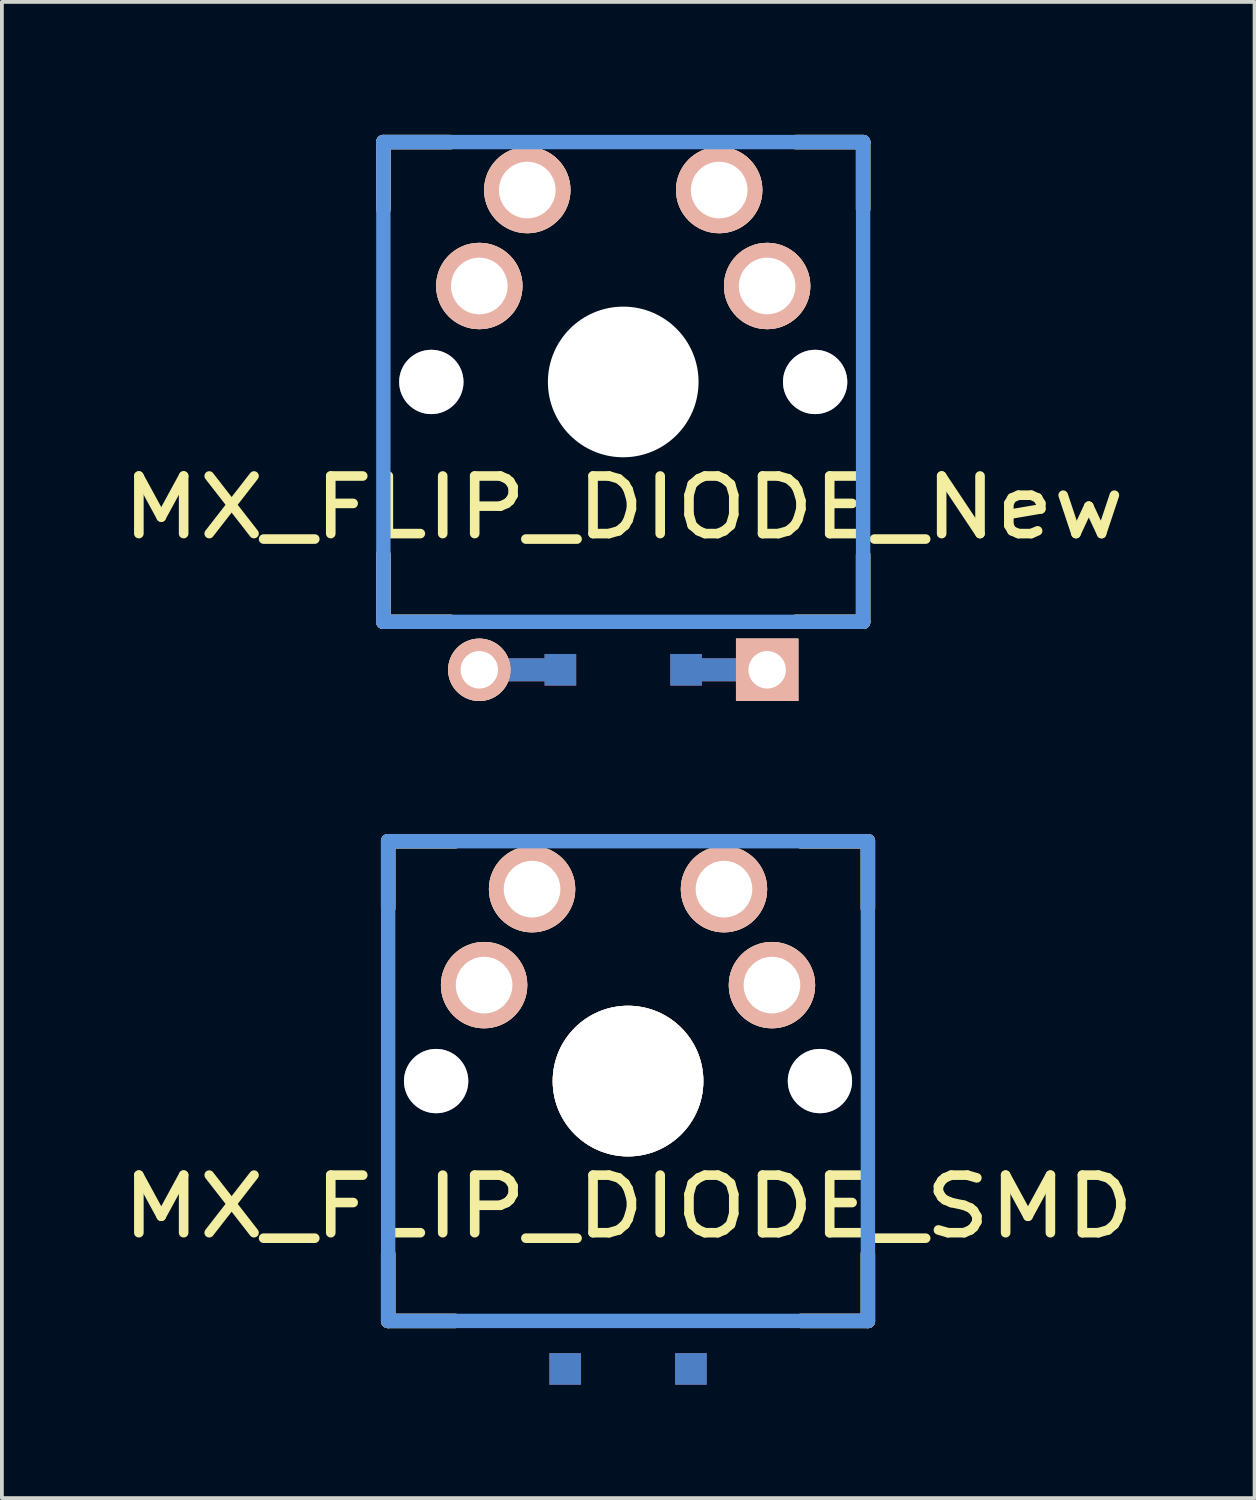
<source format=kicad_pcb>
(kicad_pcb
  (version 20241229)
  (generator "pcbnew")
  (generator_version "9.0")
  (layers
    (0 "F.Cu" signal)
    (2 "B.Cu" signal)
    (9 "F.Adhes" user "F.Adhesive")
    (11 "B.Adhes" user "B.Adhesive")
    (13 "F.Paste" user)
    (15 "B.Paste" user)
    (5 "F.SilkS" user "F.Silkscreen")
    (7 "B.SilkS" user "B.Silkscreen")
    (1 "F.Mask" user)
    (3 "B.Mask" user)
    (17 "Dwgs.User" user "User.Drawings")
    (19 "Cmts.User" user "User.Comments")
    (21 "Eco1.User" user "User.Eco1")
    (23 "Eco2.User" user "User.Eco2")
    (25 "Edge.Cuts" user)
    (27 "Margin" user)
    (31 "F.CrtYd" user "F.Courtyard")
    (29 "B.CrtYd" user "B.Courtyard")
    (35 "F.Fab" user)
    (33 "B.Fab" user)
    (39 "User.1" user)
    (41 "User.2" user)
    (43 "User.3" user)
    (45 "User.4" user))
  (footprint "MX_FLIP_DIODE_New"
    (layer "F.Cu")
    (at 13.448 7.061)
    (property "Reference" "MX_FLIP_DIODE_New" (at 0.005 3.322 0) (layer "F.SilkS") (effects (font (size 1.524 1.778) (thickness 0.254))))
    (attr through_hole)
    (fp_line (start -3.81 7.62) (end -1.664 7.62) (stroke (width 0.61) (type solid)) (layer "F.Cu"))
    (fp_line (start 1.664 7.62) (end 3.81 7.62) (stroke (width 0.61) (type solid)) (layer "F.Cu"))
    (fp_line (start -3.81 7.62) (end -1.664 7.62) (stroke (width 0.61) (type solid)) (layer "B.Cu"))
    (fp_line (start 1.664 7.62) (end 3.81 7.62) (stroke (width 0.61) (type solid)) (layer "B.Cu"))
    (fp_line (start -6.35 -6.35) (end -4.572 -6.35) (stroke (width 0.381) (type solid)) (layer "F.SilkS"))
    (fp_line (start -6.35 -4.572) (end -6.35 -6.35) (stroke (width 0.381) (type solid)) (layer "F.SilkS"))
    (fp_line (start -6.35 6.35) (end -6.35 4.572) (stroke (width 0.381) (type solid)) (layer "F.SilkS"))
    (fp_line (start -4.572 6.35) (end -6.35 6.35) (stroke (width 0.381) (type solid)) (layer "F.SilkS"))
    (fp_line (start 4.572 -6.35) (end 6.35 -6.35) (stroke (width 0.381) (type solid)) (layer "F.SilkS"))
    (fp_line (start 6.35 -6.35) (end 6.35 -4.572) (stroke (width 0.381) (type solid)) (layer "F.SilkS"))
    (fp_line (start 6.35 4.572) (end 6.35 6.35) (stroke (width 0.381) (type solid)) (layer "F.SilkS"))
    (fp_line (start 6.35 6.35) (end 4.572 6.35) (stroke (width 0.381) (type solid)) (layer "F.SilkS"))
    (fp_line (start -6.35 -6.35) (end -4.572 -6.35) (stroke (width 0.381) (type solid)) (layer "B.SilkS"))
    (fp_line (start -6.35 -4.572) (end -6.35 -6.35) (stroke (width 0.381) (type solid)) (layer "B.SilkS"))
    (fp_line (start -6.35 6.35) (end -6.35 4.572) (stroke (width 0.381) (type solid)) (layer "B.SilkS"))
    (fp_line (start -4.572 6.35) (end -6.35 6.35) (stroke (width 0.381) (type solid)) (layer "B.SilkS"))
    (fp_line (start 4.572 -6.35) (end 6.35 -6.35) (stroke (width 0.381) (type solid)) (layer "B.SilkS"))
    (fp_line (start 6.35 -6.35) (end 6.35 -4.572) (stroke (width 0.381) (type solid)) (layer "B.SilkS"))
    (fp_line (start 6.35 4.572) (end 6.35 6.35) (stroke (width 0.381) (type solid)) (layer "B.SilkS"))
    (fp_line (start 6.35 6.35) (end 4.572 6.35) (stroke (width 0.381) (type solid)) (layer "B.SilkS"))
    (fp_line (start -6.35 -6.35) (end 6.35 -6.35) (stroke (width 0.381) (type solid)) (layer "Cmts.User"))
    (fp_line (start -6.35 6.35) (end -6.35 -6.35) (stroke (width 0.381) (type solid)) (layer "Cmts.User"))
    (fp_line (start 6.35 -6.35) (end 6.35 6.35) (stroke (width 0.381) (type solid)) (layer "Cmts.User"))
    (fp_line (start 6.35 6.35) (end -6.35 6.35) (stroke (width 0.381) (type solid)) (layer "Cmts.User"))
    (fp_line (start -7.798 -6.005) (end -6.985 -6.005) (stroke (width 0.152) (type solid)) (layer "Eco2.User"))
    (fp_line (start -7.798 -2.504) (end -7.798 -6.005) (stroke (width 0.152) (type solid)) (layer "Eco2.User"))
    (fp_line (start -7.798 2.504) (end -6.985 2.504) (stroke (width 0.152) (type solid)) (layer "Eco2.User"))
    (fp_line (start -7.798 6.005) (end -7.798 2.504) (stroke (width 0.152) (type solid)) (layer "Eco2.User"))
    (fp_line (start -6.985 -6.985) (end 6.985 -6.985) (stroke (width 0.152) (type solid)) (layer "Eco2.User"))
    (fp_line (start -6.985 -6.005) (end -6.985 -6.985) (stroke (width 0.152) (type solid)) (layer "Eco2.User"))
    (fp_line (start -6.985 -2.504) (end -7.798 -2.504) (stroke (width 0.152) (type solid)) (layer "Eco2.User"))
    (fp_line (start -6.985 2.504) (end -6.985 -2.504) (stroke (width 0.152) (type solid)) (layer "Eco2.User"))
    (fp_line (start -6.985 6.005) (end -7.798 6.005) (stroke (width 0.152) (type solid)) (layer "Eco2.User"))
    (fp_line (start -6.985 6.985) (end -6.985 6.005) (stroke (width 0.152) (type solid)) (layer "Eco2.User"))
    (fp_line (start 6.985 -6.985) (end 6.985 -6.005) (stroke (width 0.152) (type solid)) (layer "Eco2.User"))
    (fp_line (start 6.985 -6.005) (end 7.798 -6.005) (stroke (width 0.152) (type solid)) (layer "Eco2.User"))
    (fp_line (start 6.985 -2.504) (end 6.985 2.504) (stroke (width 0.152) (type solid)) (layer "Eco2.User"))
    (fp_line (start 6.985 2.504) (end 7.798 2.504) (stroke (width 0.152) (type solid)) (layer "Eco2.User"))
    (fp_line (start 6.985 6.005) (end 6.985 6.985) (stroke (width 0.152) (type solid)) (layer "Eco2.User"))
    (fp_line (start 6.985 6.985) (end -6.985 6.985) (stroke (width 0.152) (type solid)) (layer "Eco2.User"))
    (fp_line (start 7.798 -6.005) (end 7.798 -2.504) (stroke (width 0.152) (type solid)) (layer "Eco2.User"))
    (fp_line (start 7.798 -2.504) (end 6.985 -2.504) (stroke (width 0.152) (type solid)) (layer "Eco2.User"))
    (fp_line (start 7.798 2.504) (end 7.798 6.005) (stroke (width 0.152) (type solid)) (layer "Eco2.User"))
    (fp_line (start 7.798 6.005) (end 6.985 6.005) (stroke (width 0.152) (type solid)) (layer "Eco2.User"))
    (pad "" np_thru_hole circle (at 0 0) (size 3.988 3.988) (drill 3.988) (layers "*.Cu"))
    (pad "0" thru_hole circle (at -5.08 0) (size 1.702 1.702) (drill 1.702) (layers "*.Cu"))
    (pad "0" thru_hole circle (at 5.08 0) (size 1.702 1.702) (drill 1.702) (layers "*.Cu"))
    (pad "1" thru_hole circle (at 2.54 -5.08) (size 2.286 2.286) (drill 1.499) (layers "*.Cu" "*.SilkS" "*.Mask"))
    (pad "1" thru_hole circle (at 3.81 -2.54) (size 2.286 2.286) (drill 1.499) (layers "*.Cu" "*.SilkS" "*.Mask"))
    (pad "2" thru_hole circle (at -3.81 -2.54) (size 2.286 2.286) (drill 1.499) (layers "*.Cu" "*.SilkS" "*.Mask"))
    (pad "2" thru_hole circle (at -2.54 -5.08) (size 2.286 2.286) (drill 1.499) (layers "*.Cu" "*.SilkS" "*.Mask"))
    (pad "3" thru_hole circle (at -3.81 7.62) (size 1.651 1.651) (drill 0.991) (layers "*.Cu" "*.SilkS" "*.Mask"))
    (pad "4" thru_hole rect (at 3.81 7.62) (size 1.651 1.651) (drill 0.991) (layers "*.Cu" "*.SilkS" "*.Mask"))
    (pad "99" smd rect (at -1.664 7.62) (size 0.838 0.838) (layers "F.Cu" "F.Mask"))
    (pad "99" smd rect (at -1.664 7.62) (size 0.838 0.838) (layers "B.Cu" "B.Mask"))
    (pad "99" smd rect (at 1.664 7.62) (size 0.838 0.838) (layers "F.Cu" "F.Mask"))
    (pad "99" smd rect (at 1.664 7.62) (size 0.838 0.838) (layers "B.Cu" "B.Mask")))
  (footprint "MX_FLIP_DIODE_SMD"
    (layer "F.Cu")
    (at 13.575 25.568)
    (property "Reference" "MX_FLIP_DIODE_SMD" (at 0.005 3.322 0) (layer "F.SilkS") (effects (font (size 1.524 1.778) (thickness 0.254))))
    (attr through_hole)
    (fp_line (start -6.35 -6.35) (end -4.572 -6.35) (stroke (width 0.381) (type solid)) (layer "F.SilkS"))
    (fp_line (start -6.35 -4.572) (end -6.35 -6.35) (stroke (width 0.381) (type solid)) (layer "F.SilkS"))
    (fp_line (start -6.35 6.35) (end -6.35 4.572) (stroke (width 0.381) (type solid)) (layer "F.SilkS"))
    (fp_line (start -4.572 6.35) (end -6.35 6.35) (stroke (width 0.381) (type solid)) (layer "F.SilkS"))
    (fp_line (start 4.572 -6.35) (end 6.35 -6.35) (stroke (width 0.381) (type solid)) (layer "F.SilkS"))
    (fp_line (start 6.35 -6.35) (end 6.35 -4.572) (stroke (width 0.381) (type solid)) (layer "F.SilkS"))
    (fp_line (start 6.35 4.572) (end 6.35 6.35) (stroke (width 0.381) (type solid)) (layer "F.SilkS"))
    (fp_line (start 6.35 6.35) (end 4.572 6.35) (stroke (width 0.381) (type solid)) (layer "F.SilkS"))
    (fp_line (start -6.35 -6.35) (end -4.572 -6.35) (stroke (width 0.381) (type solid)) (layer "B.SilkS"))
    (fp_line (start -6.35 -4.572) (end -6.35 -6.35) (stroke (width 0.381) (type solid)) (layer "B.SilkS"))
    (fp_line (start -6.35 6.35) (end -6.35 4.572) (stroke (width 0.381) (type solid)) (layer "B.SilkS"))
    (fp_line (start -4.572 6.35) (end -6.35 6.35) (stroke (width 0.381) (type solid)) (layer "B.SilkS"))
    (fp_line (start 4.572 -6.35) (end 6.35 -6.35) (stroke (width 0.381) (type solid)) (layer "B.SilkS"))
    (fp_line (start 6.35 -6.35) (end 6.35 -4.572) (stroke (width 0.381) (type solid)) (layer "B.SilkS"))
    (fp_line (start 6.35 4.572) (end 6.35 6.35) (stroke (width 0.381) (type solid)) (layer "B.SilkS"))
    (fp_line (start 6.35 6.35) (end 4.572 6.35) (stroke (width 0.381) (type solid)) (layer "B.SilkS"))
    (fp_line (start -6.35 -6.35) (end 6.35 -6.35) (stroke (width 0.381) (type solid)) (layer "Cmts.User"))
    (fp_line (start -6.35 6.35) (end -6.35 -6.35) (stroke (width 0.381) (type solid)) (layer "Cmts.User"))
    (fp_line (start 6.35 -6.35) (end 6.35 6.35) (stroke (width 0.381) (type solid)) (layer "Cmts.User"))
    (fp_line (start 6.35 6.35) (end -6.35 6.35) (stroke (width 0.381) (type solid)) (layer "Cmts.User"))
    (fp_line (start -7.798 -6.005) (end -6.985 -6.005) (stroke (width 0.152) (type solid)) (layer "Eco2.User"))
    (fp_line (start -7.798 -2.504) (end -7.798 -6.005) (stroke (width 0.152) (type solid)) (layer "Eco2.User"))
    (fp_line (start -7.798 2.504) (end -6.985 2.504) (stroke (width 0.152) (type solid)) (layer "Eco2.User"))
    (fp_line (start -7.798 6.005) (end -7.798 2.504) (stroke (width 0.152) (type solid)) (layer "Eco2.User"))
    (fp_line (start -6.985 -6.985) (end 6.985 -6.985) (stroke (width 0.152) (type solid)) (layer "Eco2.User"))
    (fp_line (start -6.985 -6.005) (end -6.985 -6.985) (stroke (width 0.152) (type solid)) (layer "Eco2.User"))
    (fp_line (start -6.985 -2.504) (end -7.798 -2.504) (stroke (width 0.152) (type solid)) (layer "Eco2.User"))
    (fp_line (start -6.985 2.504) (end -6.985 -2.504) (stroke (width 0.152) (type solid)) (layer "Eco2.User"))
    (fp_line (start -6.985 6.005) (end -7.798 6.005) (stroke (width 0.152) (type solid)) (layer "Eco2.User"))
    (fp_line (start -6.985 6.985) (end -6.985 6.005) (stroke (width 0.152) (type solid)) (layer "Eco2.User"))
    (fp_line (start 6.985 -6.985) (end 6.985 -6.005) (stroke (width 0.152) (type solid)) (layer "Eco2.User"))
    (fp_line (start 6.985 -6.005) (end 7.798 -6.005) (stroke (width 0.152) (type solid)) (layer "Eco2.User"))
    (fp_line (start 6.985 -2.504) (end 6.985 2.504) (stroke (width 0.152) (type solid)) (layer "Eco2.User"))
    (fp_line (start 6.985 2.504) (end 7.798 2.504) (stroke (width 0.152) (type solid)) (layer "Eco2.User"))
    (fp_line (start 6.985 6.005) (end 6.985 6.985) (stroke (width 0.152) (type solid)) (layer "Eco2.User"))
    (fp_line (start 6.985 6.985) (end -6.985 6.985) (stroke (width 0.152) (type solid)) (layer "Eco2.User"))
    (fp_line (start 7.798 -6.005) (end 7.798 -2.504) (stroke (width 0.152) (type solid)) (layer "Eco2.User"))
    (fp_line (start 7.798 -2.504) (end 6.985 -2.504) (stroke (width 0.152) (type solid)) (layer "Eco2.User"))
    (fp_line (start 7.798 2.504) (end 7.798 6.005) (stroke (width 0.152) (type solid)) (layer "Eco2.User"))
    (fp_line (start 7.798 6.005) (end 6.985 6.005) (stroke (width 0.152) (type solid)) (layer "Eco2.User"))
    (pad "" thru_hole circle (at -5.08 0) (size 1.702 1.702) (drill 1.702) (layers "*.Cu"))
    (pad "" thru_hole circle (at 0 0) (size 3.988 3.988) (drill 3.988) (layers "*.Cu" "*.SilkS" "*.Mask"))
    (pad "" thru_hole circle (at 5.08 0) (size 1.702 1.702) (drill 1.702) (layers "*.Cu"))
    (pad "1" thru_hole circle (at 2.54 -5.08) (size 2.286 2.286) (drill 1.499) (layers "*.Cu" "*.SilkS" "*.Mask"))
    (pad "1" thru_hole circle (at 3.81 -2.54) (size 2.286 2.286) (drill 1.499) (layers "*.Cu" "*.SilkS" "*.Mask"))
    (pad "2" thru_hole circle (at -3.81 -2.54) (size 2.286 2.286) (drill 1.499) (layers "*.Cu" "*.SilkS" "*.Mask"))
    (pad "2" thru_hole circle (at -2.54 -5.08) (size 2.286 2.286) (drill 1.499) (layers "*.Cu" "*.SilkS" "*.Mask"))
    (pad "3" smd rect (at -1.664 7.62) (size 0.838 0.838) (layers "F.Cu" "F.Mask"))
    (pad "3" smd rect (at -1.664 7.62) (size 0.838 0.838) (layers "B.Cu" "B.Mask"))
    (pad "4" smd rect (at 1.664 7.62) (size 0.838 0.838) (layers "F.Cu" "F.Mask"))
    (pad "4" smd rect (at 1.664 7.62) (size 0.838 0.838) (layers "B.Cu" "B.Mask")))
  (gr_rect
    (start -3 -3)
    (end 30.161 36.607)
    (stroke (width 0.1) (type default))
    (fill no)
    (layer "Edge.Cuts")))
</source>
